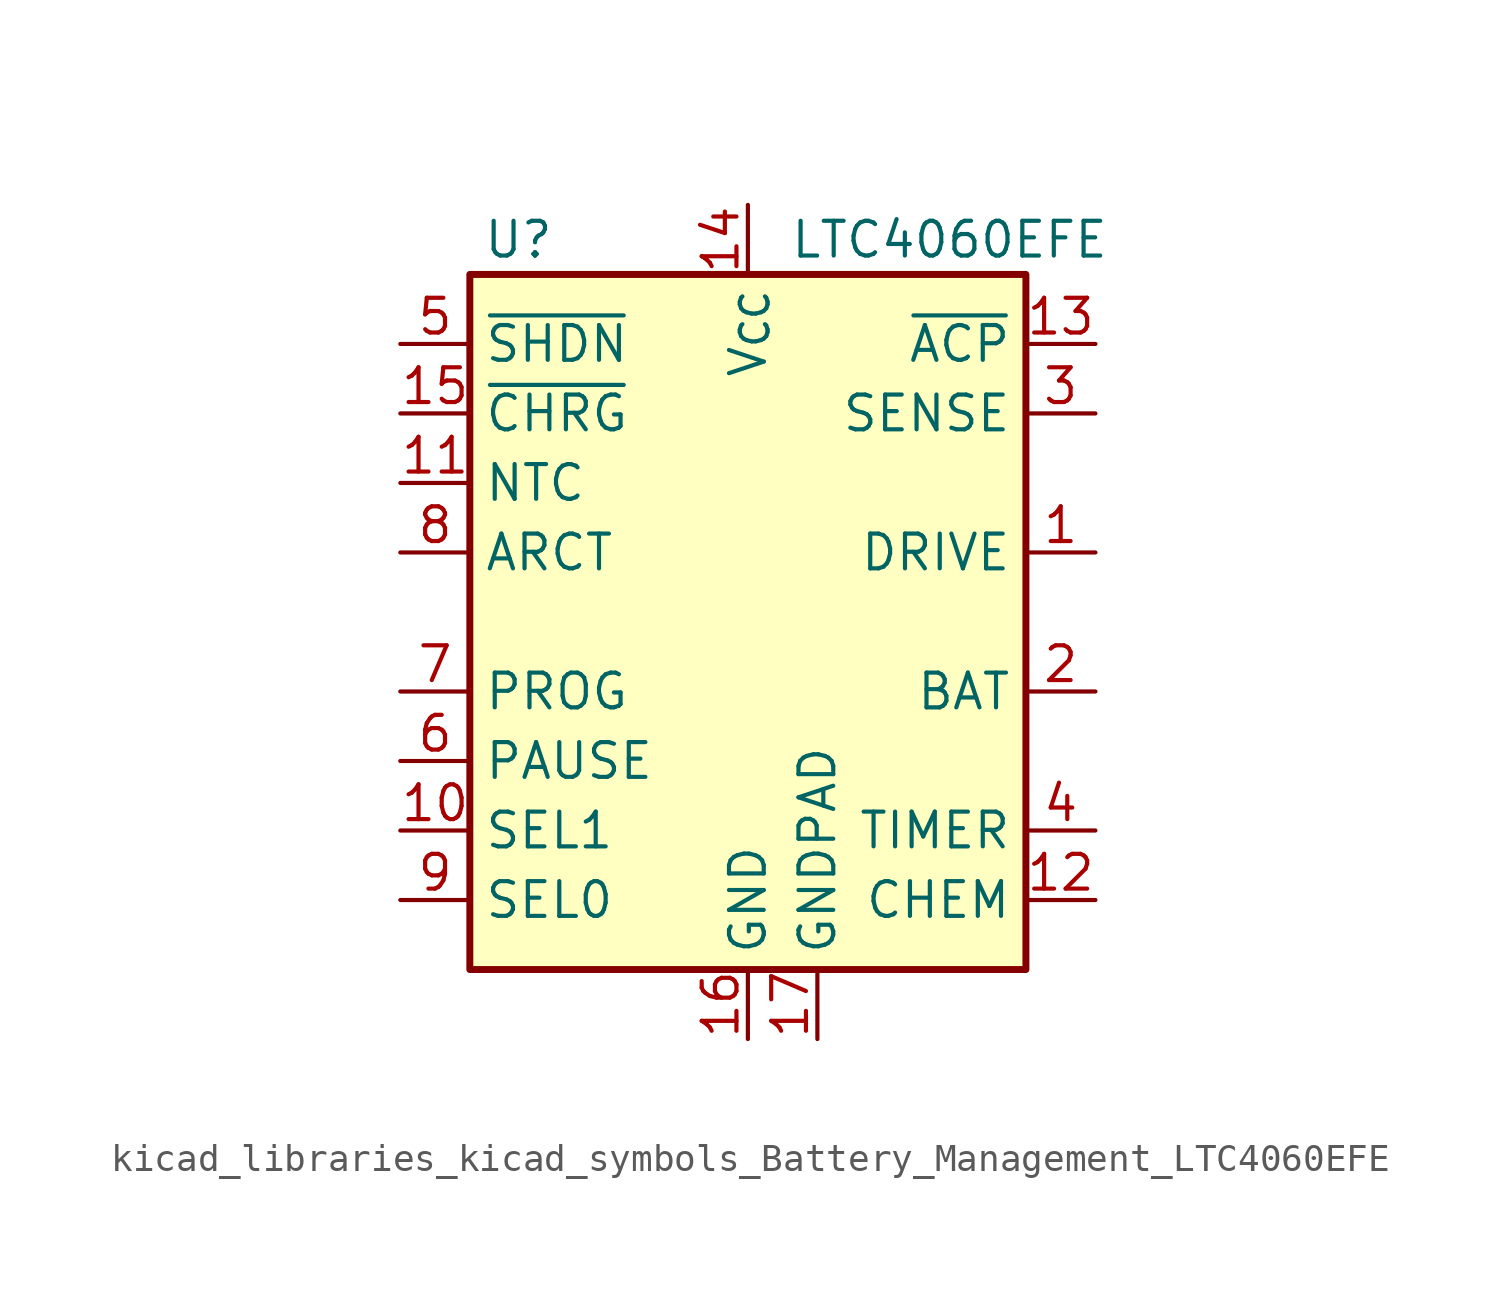
<source format=kicad_sym>
(kicad_symbol_lib
  (version 20220914)
  (generator kicad_symbol_editor)
  (symbol "kicad_libraries_kicad_symbols_Battery_Management_LTC4060EFE"
    (property "Reference" "U"
      (at -8.382 13.97 0)
      (effects (font (size 1.27 1.27))))
    (property "Value" "LTC4060EFE"
      (at 1.524 13.97 0)
      (effects (font (size 1.27 1.27)) (justify left)))
    (symbol "kicad_libraries_kicad_symbols_Battery_Management_LTC4060EFE_0_1"
      (rectangle (start -10.16 12.7) (end 10.16 -12.7) (stroke (width 0.254) (type default)) (fill (type background))))
    (symbol "kicad_libraries_kicad_symbols_Battery_Management_LTC4060EFE_1_1"
      (pin output line (at 12.7 2.54 180) (length 2.54) (name "DRIVE" (effects (font (size 1.27 1.27)))) (number "1" (effects (font (size 1.27 1.27)))))
      (pin input line (at -12.7 -7.62 0) (length 2.54) (name "SEL1" (effects (font (size 1.27 1.27)))) (number "10" (effects (font (size 1.27 1.27)))))
      (pin input line (at -12.7 5.08 0) (length 2.54) (name "NTC" (effects (font (size 1.27 1.27)))) (number "11" (effects (font (size 1.27 1.27)))))
      (pin input line (at 12.7 -10.16 180) (length 2.54) (name "CHEM" (effects (font (size 1.27 1.27)))) (number "12" (effects (font (size 1.27 1.27)))))
      (pin open_collector line (at 12.7 10.16 180) (length 2.54) (name "~{ACP}" (effects (font (size 1.27 1.27)))) (number "13" (effects (font (size 1.27 1.27)))))
      (pin power_in line (at 0 15.24 270) (length 2.54) (name "V_{CC}" (effects (font (size 1.27 1.27)))) (number "14" (effects (font (size 1.27 1.27)))))
      (pin open_collector line (at -12.7 7.62 0) (length 2.54) (name "~{CHRG}" (effects (font (size 1.27 1.27)))) (number "15" (effects (font (size 1.27 1.27)))))
      (pin power_in line (at 0 -15.24 90) (length 2.54) (name "GND" (effects (font (size 1.27 1.27)))) (number "16" (effects (font (size 1.27 1.27)))))
      (pin power_in line (at 2.54 -15.24 90) (length 2.54) (name "GNDPAD" (effects (font (size 1.27 1.27)))) (number "17" (effects (font (size 1.27 1.27)))))
      (pin input line (at 12.7 -2.54 180) (length 2.54) (name "BAT" (effects (font (size 1.27 1.27)))) (number "2" (effects (font (size 1.27 1.27)))))
      (pin input line (at 12.7 7.62 180) (length 2.54) (name "SENSE" (effects (font (size 1.27 1.27)))) (number "3" (effects (font (size 1.27 1.27)))))
      (pin input line (at 12.7 -7.62 180) (length 2.54) (name "TIMER" (effects (font (size 1.27 1.27)))) (number "4" (effects (font (size 1.27 1.27)))))
      (pin input line (at -12.7 10.16 0) (length 2.54) (name "~{SHDN}" (effects (font (size 1.27 1.27)))) (number "5" (effects (font (size 1.27 1.27)))))
      (pin input line (at -12.7 -5.08 0) (length 2.54) (name "PAUSE" (effects (font (size 1.27 1.27)))) (number "6" (effects (font (size 1.27 1.27)))))
      (pin input line (at -12.7 -2.54 0) (length 2.54) (name "PROG" (effects (font (size 1.27 1.27)))) (number "7" (effects (font (size 1.27 1.27)))))
      (pin input line (at -12.7 2.54 0) (length 2.54) (name "ARCT" (effects (font (size 1.27 1.27)))) (number "8" (effects (font (size 1.27 1.27)))))
      (pin input line (at -12.7 -10.16 0) (length 2.54) (name "SEL0" (effects (font (size 1.27 1.27)))) (number "9" (effects (font (size 1.27 1.27))))))))
</source>
